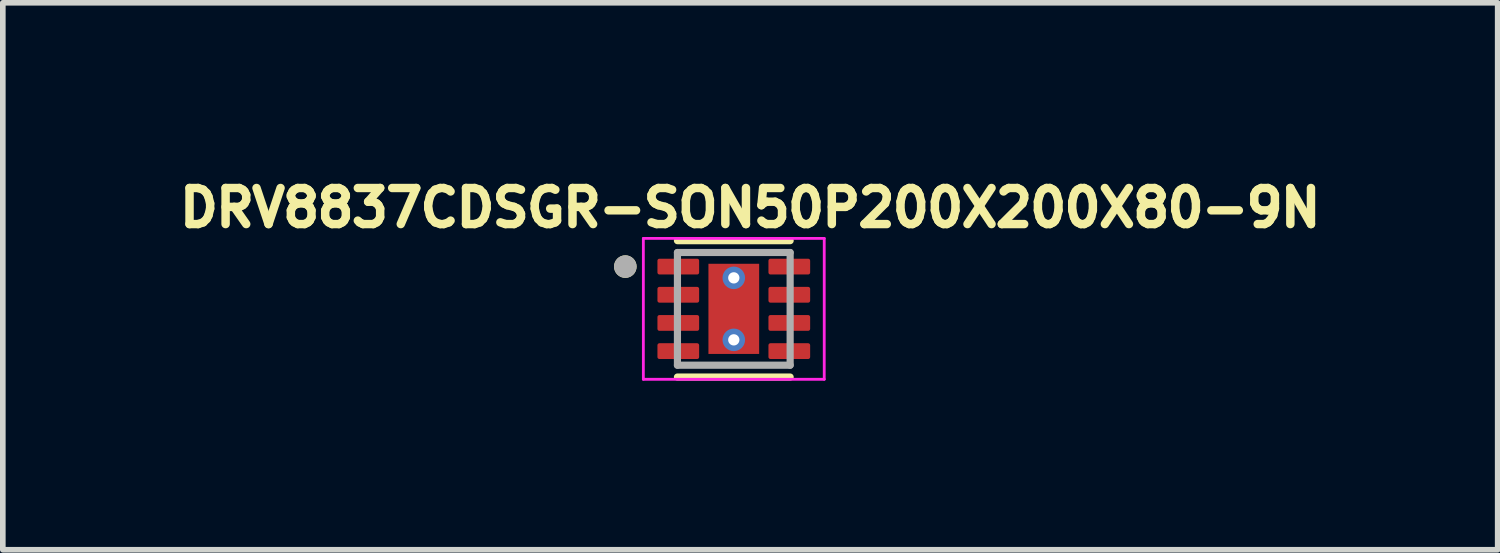
<source format=kicad_pcb>
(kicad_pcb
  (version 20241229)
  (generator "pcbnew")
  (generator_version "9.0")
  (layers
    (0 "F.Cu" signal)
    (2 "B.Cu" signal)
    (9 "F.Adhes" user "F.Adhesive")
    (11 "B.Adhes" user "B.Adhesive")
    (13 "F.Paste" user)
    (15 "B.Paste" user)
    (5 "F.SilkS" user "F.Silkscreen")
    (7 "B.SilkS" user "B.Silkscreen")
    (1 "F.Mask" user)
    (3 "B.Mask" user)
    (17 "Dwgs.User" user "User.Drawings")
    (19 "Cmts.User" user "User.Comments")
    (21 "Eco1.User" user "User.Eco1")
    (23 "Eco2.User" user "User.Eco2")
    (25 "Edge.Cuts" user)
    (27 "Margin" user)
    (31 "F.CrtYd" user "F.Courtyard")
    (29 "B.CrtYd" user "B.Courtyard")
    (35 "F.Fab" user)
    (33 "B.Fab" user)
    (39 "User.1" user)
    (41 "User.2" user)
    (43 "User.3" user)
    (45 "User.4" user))
  (footprint "DRV8837CDSGR-SON50P200X200X80-9N"
    (layer "F.Cu")
    (at 9.972 2.431)
    (property "Reference" "DRV8837CDSGR-SON50P200X200X80-9N" (at 0.292 -1.793 0) (layer "F.SilkS") (effects (font (size 0.64 0.64) (thickness 0.15))))
    (attr smd)
    (fp_line (start -1 -1.21) (end 1 -1.21) (stroke (width 0.127) (type solid)) (layer "F.SilkS"))
    (fp_line (start -1 1.21) (end 1 1.21) (stroke (width 0.127) (type solid)) (layer "F.SilkS"))
    (fp_circle (center -1.925 -0.75) (end -1.825 -0.75) (stroke (width 0.2) (type solid)) (fill no) (layer "F.SilkS"))
    (fp_poly (pts (xy -0.28 -0.51) (xy 0.28 -0.51) (xy 0.28 0.51) (xy -0.28 0.51)) (stroke (width 0.01) (type solid)) (fill yes) (layer "F.Paste"))
    (fp_line (start -1.605 -1.25) (end -1.605 1.25) (stroke (width 0.05) (type solid)) (layer "F.CrtYd"))
    (fp_line (start -1.605 -1.25) (end 1.605 -1.25) (stroke (width 0.05) (type solid)) (layer "F.CrtYd"))
    (fp_line (start -1.605 1.25) (end 1.605 1.25) (stroke (width 0.05) (type solid)) (layer "F.CrtYd"))
    (fp_line (start 1.605 -1.25) (end 1.605 1.25) (stroke (width 0.05) (type solid)) (layer "F.CrtYd"))
    (fp_line (start -1 -1) (end -1 1) (stroke (width 0.127) (type solid)) (layer "F.Fab"))
    (fp_line (start -1 -1) (end 1 -1) (stroke (width 0.127) (type solid)) (layer "F.Fab"))
    (fp_line (start -1 1) (end 1 1) (stroke (width 0.127) (type solid)) (layer "F.Fab"))
    (fp_line (start 1 -1) (end 1 1) (stroke (width 0.127) (type solid)) (layer "F.Fab"))
    (fp_circle (center -1.925 -0.75) (end -1.825 -0.75) (stroke (width 0.2) (type solid)) (fill no) (layer "F.Fab"))
    (pad "1" smd roundrect (at -0.985 -0.75) (size 0.74 0.28) (layers "F.Cu" "F.Mask" "F.Paste") (roundrect_rratio 0.125))
    (pad "2" smd roundrect (at -0.985 -0.25) (size 0.74 0.28) (layers "F.Cu" "F.Mask" "F.Paste") (roundrect_rratio 0.125))
    (pad "3" smd roundrect (at -0.985 0.25) (size 0.74 0.28) (layers "F.Cu" "F.Mask" "F.Paste") (roundrect_rratio 0.125))
    (pad "4" smd roundrect (at -0.985 0.75) (size 0.74 0.28) (layers "F.Cu" "F.Mask" "F.Paste") (roundrect_rratio 0.125))
    (pad "5" smd roundrect (at 0.985 0.75) (size 0.74 0.28) (layers "F.Cu" "F.Mask" "F.Paste") (roundrect_rratio 0.125))
    (pad "6" smd roundrect (at 0.985 0.25) (size 0.74 0.28) (layers "F.Cu" "F.Mask" "F.Paste") (roundrect_rratio 0.125))
    (pad "7" smd roundrect (at 0.985 -0.25) (size 0.74 0.28) (layers "F.Cu" "F.Mask" "F.Paste") (roundrect_rratio 0.125))
    (pad "8" smd roundrect (at 0.985 -0.75) (size 0.74 0.28) (layers "F.Cu" "F.Mask" "F.Paste") (roundrect_rratio 0.125))
    (pad "9" smd rect (at 0 0) (size 0.9 1.6) (layers "F.Cu" "F.Mask"))
    (pad "9_1" thru_hole circle (at 0 -0.55) (size 0.4 0.4) (drill 0.2) (layers "*.Cu"))
    (pad "9_2" thru_hole circle (at 0 0.55) (size 0.4 0.4) (drill 0.2) (layers "*.Cu")))
  (gr_rect
    (start -3 -3)
    (end 23.528 6.706)
    (stroke (width 0.1) (type default))
    (fill no)
    (layer "Edge.Cuts")))
</source>
